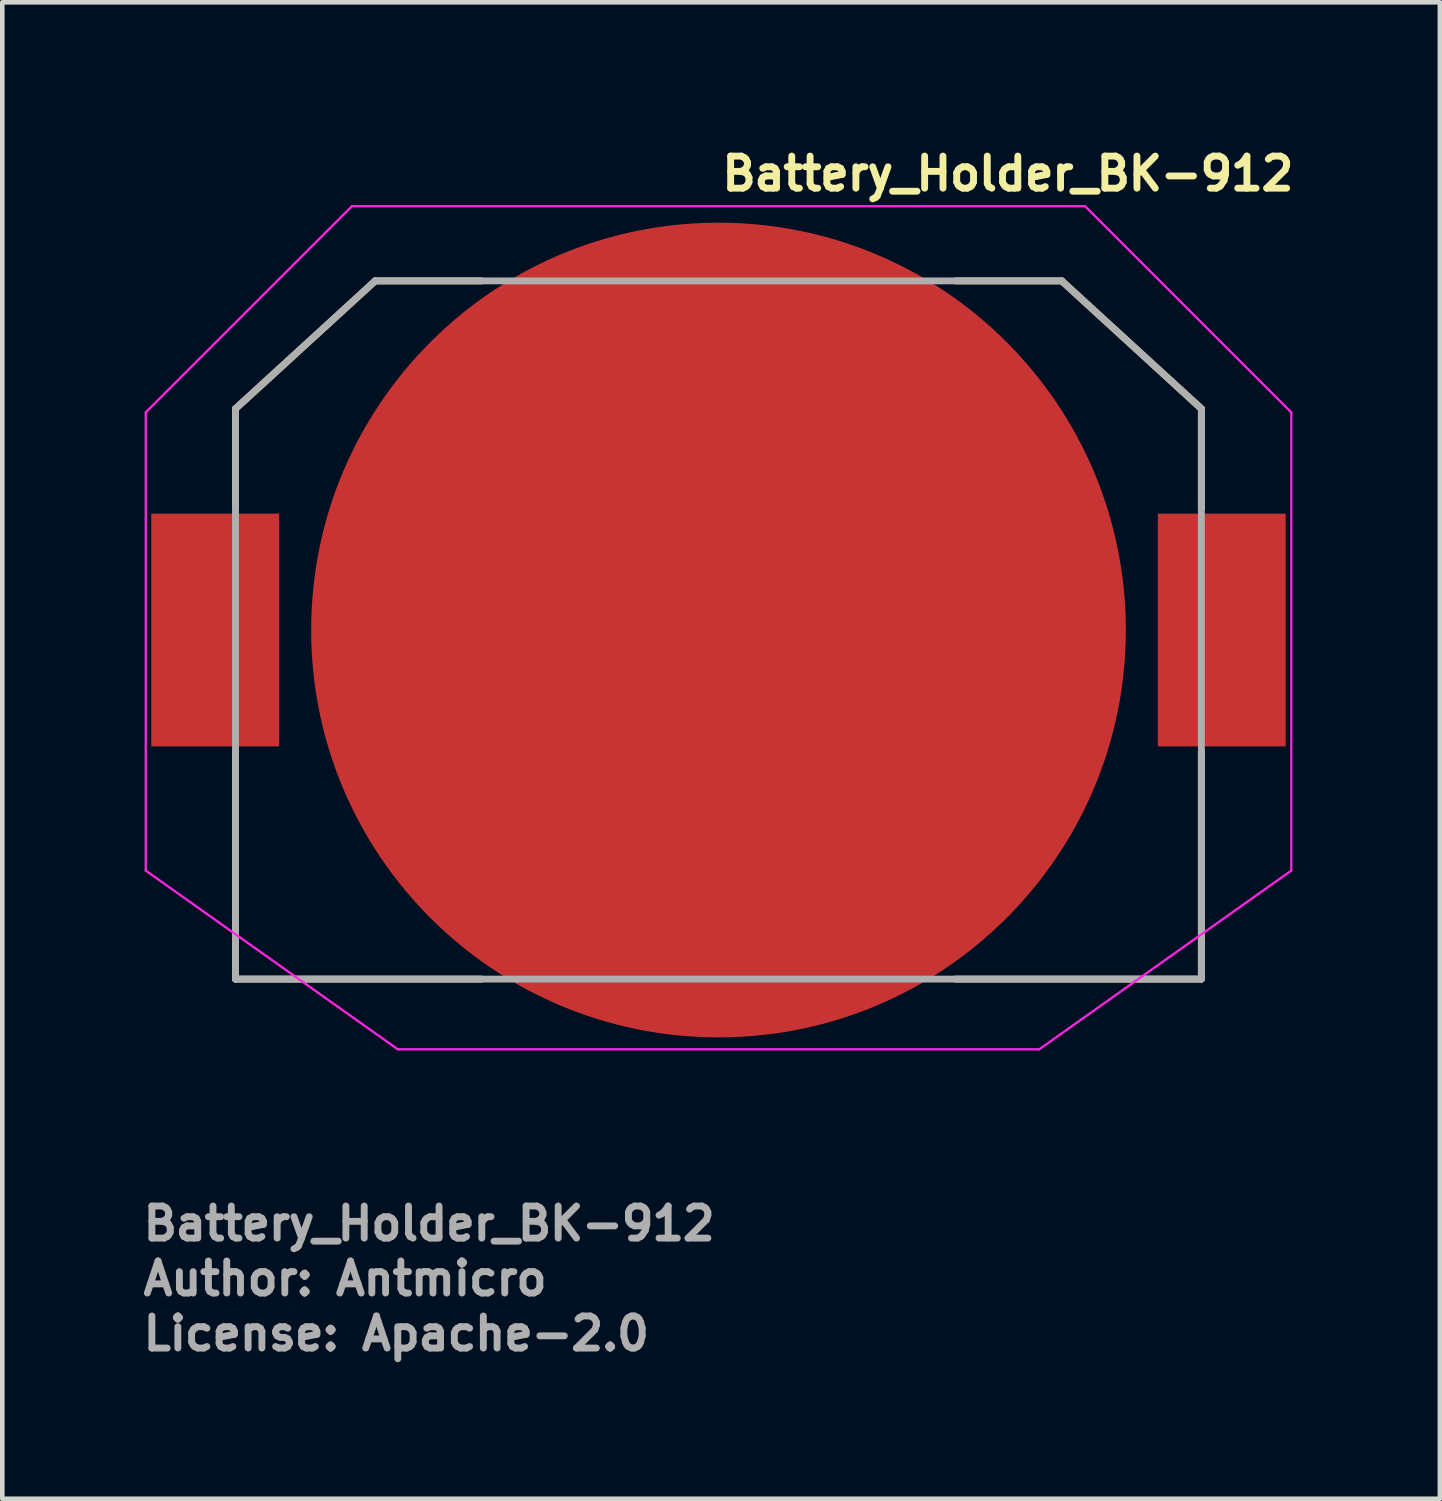
<source format=kicad_pcb>
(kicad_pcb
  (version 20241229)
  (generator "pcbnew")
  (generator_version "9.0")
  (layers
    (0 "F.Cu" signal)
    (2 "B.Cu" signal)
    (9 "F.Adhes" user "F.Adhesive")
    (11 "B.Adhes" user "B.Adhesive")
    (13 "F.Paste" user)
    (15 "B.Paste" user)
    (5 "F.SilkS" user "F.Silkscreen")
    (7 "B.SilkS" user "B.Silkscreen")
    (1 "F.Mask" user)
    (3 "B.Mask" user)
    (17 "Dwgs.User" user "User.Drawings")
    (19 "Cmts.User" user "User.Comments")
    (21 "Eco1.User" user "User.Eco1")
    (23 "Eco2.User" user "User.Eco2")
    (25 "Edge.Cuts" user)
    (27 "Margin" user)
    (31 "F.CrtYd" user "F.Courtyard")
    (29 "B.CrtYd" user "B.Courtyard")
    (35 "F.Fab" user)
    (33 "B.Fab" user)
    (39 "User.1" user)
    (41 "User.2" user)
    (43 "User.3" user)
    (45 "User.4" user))
  (footprint "Battery_Holder_BK-912"
    (layer "F.Cu")
    (at 12.631 10.95)
    (property "Reference" "Battery_Holder_BK-912" (at 0 -9.8 0) (layer "F.SilkS") (effects (font (size 0.7 0.7) (thickness 0.15)) (justify left bottom)))
    (attr smd)
    (fp_line (start -10.541 -5.08) (end -7.492 -7.87) (stroke (width 0.15) (type solid)) (layer "F.SilkS"))
    (fp_line (start -10.541 -2.9) (end -10.541 -5.08) (stroke (width 0.15) (type solid)) (layer "F.SilkS"))
    (fp_line (start -10.541 7.368) (end -10.541 2.4) (stroke (width 0.15) (type solid)) (layer "F.SilkS"))
    (fp_line (start -7.492 -7.87) (end -5.18 -7.87) (stroke (width 0.15) (type solid)) (layer "F.SilkS"))
    (fp_line (start -5.18 7.368) (end -10.541 7.368) (stroke (width 0.15) (type solid)) (layer "F.SilkS"))
    (fp_line (start 5.179 -7.87) (end 7.49 -7.87) (stroke (width 0.15) (type solid)) (layer "F.SilkS"))
    (fp_line (start 7.49 -7.87) (end 10.538 -5.08) (stroke (width 0.15) (type solid)) (layer "F.SilkS"))
    (fp_line (start 10.538 -5.08) (end 10.538 -2.9) (stroke (width 0.15) (type solid)) (layer "F.SilkS"))
    (fp_line (start 10.538 2.4) (end 10.538 7.368) (stroke (width 0.15) (type solid)) (layer "F.SilkS"))
    (fp_line (start 10.538 7.368) (end 5.179 7.368) (stroke (width 0.15) (type solid)) (layer "F.SilkS"))
    (fp_line (start -12.5 -5) (end -8 -9.5) (stroke (width 0.05) (type solid)) (layer "F.CrtYd"))
    (fp_line (start -12.5 5) (end -12.5 -5) (stroke (width 0.05) (type solid)) (layer "F.CrtYd"))
    (fp_line (start -12.5 5) (end -7 8.9) (stroke (width 0.05) (type solid)) (layer "F.CrtYd"))
    (fp_line (start -8 -9.5) (end 8 -9.5) (stroke (width 0.05) (type solid)) (layer "F.CrtYd"))
    (fp_line (start -7 8.9) (end 7 8.9) (stroke (width 0.05) (type solid)) (layer "F.CrtYd"))
    (fp_line (start 7 8.9) (end 12.5 5) (stroke (width 0.05) (type solid)) (layer "F.CrtYd"))
    (fp_line (start 8 -9.5) (end 12.5 -5) (stroke (width 0.05) (type solid)) (layer "F.CrtYd"))
    (fp_line (start 12.5 -5) (end 12.5 5) (stroke (width 0.05) (type solid)) (layer "F.CrtYd"))
    (fp_line (start -10.541 -5.08) (end -7.492 -7.87) (stroke (width 0.15) (type solid)) (layer "F.Fab"))
    (fp_line (start -10.541 7.368) (end -10.541 -5.08) (stroke (width 0.15) (type solid)) (layer "F.Fab"))
    (fp_line (start -7.492 -7.87) (end 7.49 -7.87) (stroke (width 0.15) (type solid)) (layer "F.Fab"))
    (fp_line (start 7.49 -7.87) (end 10.538 -5.08) (stroke (width 0.15) (type solid)) (layer "F.Fab"))
    (fp_line (start 10.538 -5.08) (end 10.538 7.368) (stroke (width 0.15) (type solid)) (layer "F.Fab"))
    (fp_line (start 10.538 7.368) (end -10.541 7.368) (stroke (width 0.15) (type solid)) (layer "F.Fab"))
    (fp_rect (start -11.43 -7.62) (end 11.429 7.618) (stroke (width 0.1) (type solid)) (fill no) (layer "User.5"))
    (fp_line (start -11.43 -2.79) (end -10.641 -2.79) (stroke (width 0.02) (type solid)) (layer "User.9"))
    (fp_line (start -11.43 -1.01) (end -11.43 -2.79) (stroke (width 0.02) (type solid)) (layer "User.9"))
    (fp_line (start -11.43 0.508) (end -10.641 0.508) (stroke (width 0.02) (type solid)) (layer "User.9"))
    (fp_line (start -11.43 2.289) (end -11.43 0.508) (stroke (width 0.02) (type solid)) (layer "User.9"))
    (fp_line (start -10.641 -1.01) (end -11.43 -1.01) (stroke (width 0.02) (type solid)) (layer "User.9"))
    (fp_line (start -10.641 -1.01) (end -10.541 -1.01) (stroke (width 0.02) (type solid)) (layer "User.9"))
    (fp_line (start -10.641 2.289) (end -11.43 2.289) (stroke (width 0.02) (type solid)) (layer "User.9"))
    (fp_line (start -10.641 2.289) (end -10.541 2.289) (stroke (width 0.02) (type solid)) (layer "User.9"))
    (fp_line (start -10.541 -4.667) (end -10.541 -4.667) (stroke (width 0.02) (type solid)) (layer "User.9"))
    (fp_line (start -10.541 -4.667) (end -10.541 -4.667) (stroke (width 0.02) (type solid)) (layer "User.9"))
    (fp_line (start -10.541 -4.667) (end -10.539 -4.667) (stroke (width 0.02) (type solid)) (layer "User.9"))
    (fp_line (start -10.541 -2.79) (end -10.641 -2.79) (stroke (width 0.02) (type solid)) (layer "User.9"))
    (fp_line (start -10.541 -1.01) (end -10.541 -2.79) (stroke (width 0.02) (type solid)) (layer "User.9"))
    (fp_line (start -10.541 0.508) (end -10.641 0.508) (stroke (width 0.02) (type solid)) (layer "User.9"))
    (fp_line (start -10.541 2.289) (end -10.541 0.508) (stroke (width 0.02) (type solid)) (layer "User.9"))
    (fp_line (start -10.541 4.32) (end -10.541 -4.667) (stroke (width 0.02) (type solid)) (layer "User.9"))
    (fp_line (start -10.541 4.326) (end -10.541 4.32) (stroke (width 0.02) (type solid)) (layer "User.9"))
    (fp_line (start -10.539 -4.667) (end -10.536 -4.667) (stroke (width 0.02) (type solid)) (layer "User.9"))
    (fp_line (start -10.539 4.334) (end -10.541 4.326) (stroke (width 0.02) (type solid)) (layer "User.9"))
    (fp_line (start -10.538 4.342) (end -10.539 4.334) (stroke (width 0.02) (type solid)) (layer "User.9"))
    (fp_line (start -10.536 -4.667) (end -10.533 -4.667) (stroke (width 0.02) (type solid)) (layer "User.9"))
    (fp_line (start -10.535 4.35) (end -10.538 4.342) (stroke (width 0.02) (type solid)) (layer "User.9"))
    (fp_line (start -10.533 -4.667) (end -10.526 -4.669) (stroke (width 0.02) (type solid)) (layer "User.9"))
    (fp_line (start -10.53 4.357) (end -10.535 4.35) (stroke (width 0.02) (type solid)) (layer "User.9"))
    (fp_line (start -10.526 -4.669) (end -10.514 -4.669) (stroke (width 0.02) (type solid)) (layer "User.9"))
    (fp_line (start -10.526 4.365) (end -10.53 4.357) (stroke (width 0.02) (type solid)) (layer "User.9"))
    (fp_line (start -10.514 -4.669) (end -10.5 -4.67) (stroke (width 0.02) (type solid)) (layer "User.9"))
    (fp_line (start -10.514 4.381) (end -10.526 4.365) (stroke (width 0.02) (type solid)) (layer "User.9"))
    (fp_line (start -10.5 -4.67) (end -10.483 -4.67) (stroke (width 0.02) (type solid)) (layer "User.9"))
    (fp_line (start -10.5 4.397) (end -10.514 4.381) (stroke (width 0.02) (type solid)) (layer "User.9"))
    (fp_line (start -10.483 -4.67) (end -10.462 -4.67) (stroke (width 0.02) (type solid)) (layer "User.9"))
    (fp_line (start -10.481 4.411) (end -10.5 4.397) (stroke (width 0.02) (type solid)) (layer "User.9"))
    (fp_line (start -10.462 -4.67) (end -10.439 -4.672) (stroke (width 0.02) (type solid)) (layer "User.9"))
    (fp_line (start -10.461 4.427) (end -10.481 4.411) (stroke (width 0.02) (type solid)) (layer "User.9"))
    (fp_line (start -10.439 -4.672) (end -10.439 -4.672) (stroke (width 0.02) (type solid)) (layer "User.9"))
    (fp_line (start -10.439 -4.672) (end -10.324 -4.675) (stroke (width 0.02) (type solid)) (layer "User.9"))
    (fp_line (start -10.437 4.443) (end -10.461 4.427) (stroke (width 0.02) (type solid)) (layer "User.9"))
    (fp_line (start -10.42 -4.941) (end -10.42 -4.943) (stroke (width 0.02) (type solid)) (layer "User.9"))
    (fp_line (start -10.419 -4.941) (end -10.42 -4.941) (stroke (width 0.02) (type solid)) (layer "User.9"))
    (fp_line (start -10.416 -4.936) (end -10.419 -4.941) (stroke (width 0.02) (type solid)) (layer "User.9"))
    (fp_line (start -10.413 4.459) (end -10.437 4.443) (stroke (width 0.02) (type solid)) (layer "User.9"))
    (fp_line (start -10.41 -4.93) (end -10.416 -4.936) (stroke (width 0.02) (type solid)) (layer "User.9"))
    (fp_line (start -10.404 -4.92) (end -10.41 -4.93) (stroke (width 0.02) (type solid)) (layer "User.9"))
    (fp_line (start -10.385 4.474) (end -10.413 4.459) (stroke (width 0.02) (type solid)) (layer "User.9"))
    (fp_line (start -10.382 -4.896) (end -10.404 -4.92) (stroke (width 0.02) (type solid)) (layer "User.9"))
    (fp_line (start -10.356 4.488) (end -10.385 4.474) (stroke (width 0.02) (type solid)) (layer "User.9"))
    (fp_line (start -10.355 -4.862) (end -10.382 -4.896) (stroke (width 0.02) (type solid)) (layer "User.9"))
    (fp_line (start -10.355 -4.862) (end -10.355 -4.862) (stroke (width 0.02) (type solid)) (layer "User.9"))
    (fp_line (start -10.326 4.504) (end -10.356 4.488) (stroke (width 0.02) (type solid)) (layer "User.9"))
    (fp_line (start -10.324 -4.675) (end -10.19 -4.677) (stroke (width 0.02) (type solid)) (layer "User.9"))
    (fp_line (start -10.279 -4.778) (end -10.355 -4.862) (stroke (width 0.02) (type solid)) (layer "User.9"))
    (fp_line (start -10.26 4.536) (end -10.326 4.504) (stroke (width 0.02) (type solid)) (layer "User.9"))
    (fp_line (start -10.19 -4.677) (end -10.279 -4.778) (stroke (width 0.02) (type solid)) (layer "User.9"))
    (fp_line (start -10.19 4.567) (end -10.26 4.536) (stroke (width 0.02) (type solid)) (layer "User.9"))
    (fp_line (start -10.19 4.567) (end -6.103 7.456) (stroke (width 0.02) (type solid)) (layer "User.9"))
    (fp_line (start -8.637 -2.918) (end -8.637 -2.673) (stroke (width 0.02) (type solid)) (layer "User.9"))
    (fp_line (start -8.637 -2.673) (end -8.618 -2.431) (stroke (width 0.02) (type solid)) (layer "User.9"))
    (fp_line (start -8.618 -2.431) (end -8.58 -2.193) (stroke (width 0.02) (type solid)) (layer "User.9"))
    (fp_line (start -8.616 -3.164) (end -8.637 -2.918) (stroke (width 0.02) (type solid)) (layer "User.9"))
    (fp_line (start -8.58 -2.193) (end -8.523 -1.958) (stroke (width 0.02) (type solid)) (layer "User.9"))
    (fp_line (start -8.576 -3.408) (end -8.616 -3.164) (stroke (width 0.02) (type solid)) (layer "User.9"))
    (fp_line (start -8.523 -1.958) (end -8.449 -1.73) (stroke (width 0.02) (type solid)) (layer "User.9"))
    (fp_line (start -8.514 -3.653) (end -8.576 -3.408) (stroke (width 0.02) (type solid)) (layer "User.9"))
    (fp_line (start -8.514 -3.653) (end -8.514 -3.653) (stroke (width 0.02) (type solid)) (layer "User.9"))
    (fp_line (start -8.477 -3.773) (end -8.514 -3.653) (stroke (width 0.02) (type solid)) (layer "User.9"))
    (fp_line (start -8.449 -1.73) (end -8.356 -1.508) (stroke (width 0.02) (type solid)) (layer "User.9"))
    (fp_line (start -8.433 -3.891) (end -8.477 -3.773) (stroke (width 0.02) (type solid)) (layer "User.9"))
    (fp_line (start -8.356 -1.508) (end -8.246 -1.293) (stroke (width 0.02) (type solid)) (layer "User.9"))
    (fp_line (start -8.334 -4.119) (end -8.433 -3.891) (stroke (width 0.02) (type solid)) (layer "User.9"))
    (fp_line (start -8.246 -1.293) (end -8.119 -1.087) (stroke (width 0.02) (type solid)) (layer "User.9"))
    (fp_line (start -8.218 -4.335) (end -8.334 -4.119) (stroke (width 0.02) (type solid)) (layer "User.9"))
    (fp_line (start -8.119 -1.087) (end -7.975 -0.891) (stroke (width 0.02) (type solid)) (layer "User.9"))
    (fp_line (start -8.087 -4.54) (end -8.218 -4.335) (stroke (width 0.02) (type solid)) (layer "User.9"))
    (fp_line (start -7.975 -0.891) (end -7.816 -0.706) (stroke (width 0.02) (type solid)) (layer "User.9"))
    (fp_line (start -7.939 -4.734) (end -8.087 -4.54) (stroke (width 0.02) (type solid)) (layer "User.9"))
    (fp_line (start -7.816 -0.706) (end -7.64 -0.535) (stroke (width 0.02) (type solid)) (layer "User.9"))
    (fp_line (start -7.779 -4.914) (end -7.939 -4.734) (stroke (width 0.02) (type solid)) (layer "User.9"))
    (fp_line (start -7.64 -0.535) (end -7.449 -0.374) (stroke (width 0.02) (type solid)) (layer "User.9"))
    (fp_line (start -7.603 -5.08) (end -7.779 -4.914) (stroke (width 0.02) (type solid)) (layer "User.9"))
    (fp_line (start -7.492 -7.62) (end -10.42 -4.943) (stroke (width 0.02) (type solid)) (layer "User.9"))
    (fp_line (start -7.449 -0.374) (end -7.244 -0.23) (stroke (width 0.02) (type solid)) (layer "User.9"))
    (fp_line (start -7.417 -5.231) (end -7.603 -5.08) (stroke (width 0.02) (type solid)) (layer "User.9"))
    (fp_line (start -7.34 -7.62) (end -7.492 -7.62) (stroke (width 0.02) (type solid)) (layer "User.9"))
    (fp_line (start -7.34 -7.62) (end -7.34 -7.62) (stroke (width 0.02) (type solid)) (layer "User.9"))
    (fp_line (start -7.244 -0.23) (end -7.244 4.32) (stroke (width 0.02) (type solid)) (layer "User.9"))
    (fp_line (start -7.244 4.18) (end -7.242 4.046) (stroke (width 0.02) (type solid)) (layer "User.9"))
    (fp_line (start -7.242 -2.79) (end -7.239 -2.902) (stroke (width 0.02) (type solid)) (layer "User.9"))
    (fp_line (start -7.242 -0.803) (end -7.242 -2.79) (stroke (width 0.02) (type solid)) (layer "User.9"))
    (fp_line (start -7.242 -0.766) (end -7.242 -0.803) (stroke (width 0.02) (type solid)) (layer "User.9"))
    (fp_line (start -7.242 3.528) (end -7.242 -0.766) (stroke (width 0.02) (type solid)) (layer "User.9"))
    (fp_line (start -7.242 4.32) (end -7.244 4.18) (stroke (width 0.02) (type solid)) (layer "User.9"))
    (fp_line (start -7.239 -2.902) (end -7.228 -3.009) (stroke (width 0.02) (type solid)) (layer "User.9"))
    (fp_line (start -7.228 -3.009) (end -7.21 -3.117) (stroke (width 0.02) (type solid)) (layer "User.9"))
    (fp_line (start -7.218 -5.369) (end -7.417 -5.231) (stroke (width 0.02) (type solid)) (layer "User.9"))
    (fp_line (start -7.21 -3.117) (end -7.185 -3.222) (stroke (width 0.02) (type solid)) (layer "User.9"))
    (fp_line (start -7.185 -3.222) (end -7.154 -3.325) (stroke (width 0.02) (type solid)) (layer "User.9"))
    (fp_line (start -7.154 -3.325) (end -7.116 -3.424) (stroke (width 0.02) (type solid)) (layer "User.9"))
    (fp_line (start -7.116 -3.424) (end -7.071 -3.523) (stroke (width 0.02) (type solid)) (layer "User.9"))
    (fp_line (start -7.071 -3.523) (end -7.021 -3.617) (stroke (width 0.02) (type solid)) (layer "User.9"))
    (fp_line (start -7.021 -3.617) (end -6.965 -3.708) (stroke (width 0.02) (type solid)) (layer "User.9"))
    (fp_line (start -7.01 -5.489) (end -7.218 -5.369) (stroke (width 0.02) (type solid)) (layer "User.9"))
    (fp_line (start -6.973 -7.62) (end -7.34 -7.62) (stroke (width 0.02) (type solid)) (layer "User.9"))
    (fp_line (start -6.973 -7.62) (end 6.97 -7.62) (stroke (width 0.02) (type solid)) (layer "User.9"))
    (fp_line (start -6.965 -3.708) (end -6.902 -3.794) (stroke (width 0.02) (type solid)) (layer "User.9"))
    (fp_line (start -6.902 -3.794) (end -6.835 -3.878) (stroke (width 0.02) (type solid)) (layer "User.9"))
    (fp_line (start -6.835 -3.878) (end -6.76 -3.955) (stroke (width 0.02) (type solid)) (layer "User.9"))
    (fp_line (start -6.792 -5.593) (end -7.01 -5.489) (stroke (width 0.02) (type solid)) (layer "User.9"))
    (fp_line (start -6.76 -3.955) (end -6.683 -4.029) (stroke (width 0.02) (type solid)) (layer "User.9"))
    (fp_line (start -6.683 -4.029) (end -6.598 -4.098) (stroke (width 0.02) (type solid)) (layer "User.9"))
    (fp_line (start -6.598 -4.098) (end -6.51 -4.162) (stroke (width 0.02) (type solid)) (layer "User.9"))
    (fp_line (start -6.564 -5.68) (end -6.792 -5.593) (stroke (width 0.02) (type solid)) (layer "User.9"))
    (fp_line (start -6.51 -4.162) (end -6.417 -4.22) (stroke (width 0.02) (type solid)) (layer "User.9"))
    (fp_line (start -6.417 -4.22) (end -6.417 -4.22) (stroke (width 0.02) (type solid)) (layer "User.9"))
    (fp_line (start -6.417 -4.22) (end -6.319 -4.273) (stroke (width 0.02) (type solid)) (layer "User.9"))
    (fp_line (start -6.329 -5.749) (end -6.564 -5.68) (stroke (width 0.02) (type solid)) (layer "User.9"))
    (fp_line (start -6.319 -4.273) (end -6.22 -4.318) (stroke (width 0.02) (type solid)) (layer "User.9"))
    (fp_line (start -6.22 -4.318) (end -6.119 -4.356) (stroke (width 0.02) (type solid)) (layer "User.9"))
    (fp_line (start -6.119 -4.356) (end -6.015 -4.387) (stroke (width 0.02) (type solid)) (layer "User.9"))
    (fp_line (start -6.103 7.456) (end -6.076 7.475) (stroke (width 0.02) (type solid)) (layer "User.9"))
    (fp_line (start -6.09 -5.798) (end -6.329 -5.749) (stroke (width 0.02) (type solid)) (layer "User.9"))
    (fp_line (start -6.076 7.475) (end -6.045 7.493) (stroke (width 0.02) (type solid)) (layer "User.9"))
    (fp_line (start -6.045 7.493) (end -6.016 7.51) (stroke (width 0.02) (type solid)) (layer "User.9"))
    (fp_line (start -6.016 7.51) (end -5.986 7.526) (stroke (width 0.02) (type solid)) (layer "User.9"))
    (fp_line (start -6.015 -4.387) (end -5.911 -4.411) (stroke (width 0.02) (type solid)) (layer "User.9"))
    (fp_line (start -5.986 7.526) (end -5.954 7.541) (stroke (width 0.02) (type solid)) (layer "User.9"))
    (fp_line (start -5.954 7.541) (end -5.923 7.554) (stroke (width 0.02) (type solid)) (layer "User.9"))
    (fp_line (start -5.923 7.554) (end -5.891 7.567) (stroke (width 0.02) (type solid)) (layer "User.9"))
    (fp_line (start -5.911 -4.411) (end -5.805 -4.428) (stroke (width 0.02) (type solid)) (layer "User.9"))
    (fp_line (start -5.891 7.567) (end -5.859 7.578) (stroke (width 0.02) (type solid)) (layer "User.9"))
    (fp_line (start -5.859 7.578) (end -5.827 7.586) (stroke (width 0.02) (type solid)) (layer "User.9"))
    (fp_line (start -5.843 -5.829) (end -6.09 -5.798) (stroke (width 0.02) (type solid)) (layer "User.9"))
    (fp_line (start -5.827 7.586) (end -5.794 7.595) (stroke (width 0.02) (type solid)) (layer "User.9"))
    (fp_line (start -5.805 -4.428) (end -5.697 -4.438) (stroke (width 0.02) (type solid)) (layer "User.9"))
    (fp_line (start -5.794 7.595) (end -5.76 7.602) (stroke (width 0.02) (type solid)) (layer "User.9"))
    (fp_line (start -5.76 7.602) (end -5.726 7.608) (stroke (width 0.02) (type solid)) (layer "User.9"))
    (fp_line (start -5.726 7.608) (end -5.693 7.613) (stroke (width 0.02) (type solid)) (layer "User.9"))
    (fp_line (start -5.718 -5.837) (end -5.843 -5.829) (stroke (width 0.02) (type solid)) (layer "User.9"))
    (fp_line (start -5.697 -4.438) (end -5.59 -4.441) (stroke (width 0.02) (type solid)) (layer "User.9"))
    (fp_line (start -5.693 7.613) (end -5.659 7.616) (stroke (width 0.02) (type solid)) (layer "User.9"))
    (fp_line (start -5.659 7.616) (end -5.625 7.618) (stroke (width 0.02) (type solid)) (layer "User.9"))
    (fp_line (start -5.625 7.618) (end -5.59 7.618) (stroke (width 0.02) (type solid)) (layer "User.9"))
    (fp_line (start -5.592 -5.838) (end -5.718 -5.837) (stroke (width 0.02) (type solid)) (layer "User.9"))
    (fp_line (start -5.592 -5.838) (end -5.592 -5.838) (stroke (width 0.02) (type solid)) (layer "User.9"))
    (fp_line (start -5.59 -4.441) (end -5.484 -4.438) (stroke (width 0.02) (type solid)) (layer "User.9"))
    (fp_line (start -5.59 7.618) (end -5.561 7.618) (stroke (width 0.02) (type solid)) (layer "User.9"))
    (fp_line (start -5.561 7.618) (end -5.531 7.618) (stroke (width 0.02) (type solid)) (layer "User.9"))
    (fp_line (start -5.531 7.618) (end -5.5 7.615) (stroke (width 0.02) (type solid)) (layer "User.9"))
    (fp_line (start -5.5 7.615) (end -5.471 7.611) (stroke (width 0.02) (type solid)) (layer "User.9"))
    (fp_line (start -5.484 -4.438) (end -5.377 -4.428) (stroke (width 0.02) (type solid)) (layer "User.9"))
    (fp_line (start -5.471 7.611) (end -5.443 7.607) (stroke (width 0.02) (type solid)) (layer "User.9"))
    (fp_line (start -5.465 -5.837) (end -5.592 -5.838) (stroke (width 0.02) (type solid)) (layer "User.9"))
    (fp_line (start -5.443 7.607) (end -5.414 7.602) (stroke (width 0.02) (type solid)) (layer "User.9"))
    (fp_line (start -5.414 7.602) (end -5.385 7.594) (stroke (width 0.02) (type solid)) (layer "User.9"))
    (fp_line (start -5.385 7.594) (end -5.356 7.587) (stroke (width 0.02) (type solid)) (layer "User.9"))
    (fp_line (start -5.377 -4.428) (end -5.271 -4.411) (stroke (width 0.02) (type solid)) (layer "User.9"))
    (fp_line (start -5.356 7.587) (end -5.327 7.579) (stroke (width 0.02) (type solid)) (layer "User.9"))
    (fp_line (start -5.34 -5.829) (end -5.465 -5.837) (stroke (width 0.02) (type solid)) (layer "User.9"))
    (fp_line (start -5.327 7.579) (end -5.3 7.57) (stroke (width 0.02) (type solid)) (layer "User.9"))
    (fp_line (start -5.3 7.57) (end -5.271 7.56) (stroke (width 0.02) (type solid)) (layer "User.9"))
    (fp_line (start -5.271 -4.411) (end -5.167 -4.387) (stroke (width 0.02) (type solid)) (layer "User.9"))
    (fp_line (start -5.271 7.56) (end -5.244 7.549) (stroke (width 0.02) (type solid)) (layer "User.9"))
    (fp_line (start -5.244 7.549) (end -5.218 7.538) (stroke (width 0.02) (type solid)) (layer "User.9"))
    (fp_line (start -5.218 7.538) (end -5.191 7.525) (stroke (width 0.02) (type solid)) (layer "User.9"))
    (fp_line (start -5.215 -5.816) (end -5.34 -5.829) (stroke (width 0.02) (type solid)) (layer "User.9"))
    (fp_line (start -5.191 7.525) (end -5.164 7.51) (stroke (width 0.02) (type solid)) (layer "User.9"))
    (fp_line (start -5.167 -4.387) (end -5.063 -4.356) (stroke (width 0.02) (type solid)) (layer "User.9"))
    (fp_line (start -5.164 7.51) (end -5.138 7.496) (stroke (width 0.02) (type solid)) (layer "User.9"))
    (fp_line (start -5.093 -5.798) (end -5.215 -5.816) (stroke (width 0.02) (type solid)) (layer "User.9"))
    (fp_line (start -5.063 -4.356) (end -4.962 -4.318) (stroke (width 0.02) (type solid)) (layer "User.9"))
    (fp_line (start -4.971 -5.776) (end -5.093 -5.798) (stroke (width 0.02) (type solid)) (layer "User.9"))
    (fp_line (start -4.962 -4.318) (end -4.862 -4.273) (stroke (width 0.02) (type solid)) (layer "User.9"))
    (fp_line (start -4.862 -4.273) (end -4.765 -4.22) (stroke (width 0.02) (type solid)) (layer "User.9"))
    (fp_line (start -4.853 -5.749) (end -4.971 -5.776) (stroke (width 0.02) (type solid)) (layer "User.9"))
    (fp_line (start -4.765 -4.22) (end -4.765 -4.22) (stroke (width 0.02) (type solid)) (layer "User.9"))
    (fp_line (start -4.765 -4.22) (end -4.718 -4.193) (stroke (width 0.02) (type solid)) (layer "User.9"))
    (fp_line (start -4.734 -5.717) (end -4.853 -5.749) (stroke (width 0.02) (type solid)) (layer "User.9"))
    (fp_line (start -4.718 -4.193) (end -4.672 -4.162) (stroke (width 0.02) (type solid)) (layer "User.9"))
    (fp_line (start -4.672 -4.162) (end -4.627 -4.132) (stroke (width 0.02) (type solid)) (layer "User.9"))
    (fp_line (start -4.627 -4.132) (end -4.584 -4.098) (stroke (width 0.02) (type solid)) (layer "User.9"))
    (fp_line (start -4.617 -5.68) (end -4.734 -5.717) (stroke (width 0.02) (type solid)) (layer "User.9"))
    (fp_line (start -4.584 -4.098) (end -4.54 -4.066) (stroke (width 0.02) (type solid)) (layer "User.9"))
    (fp_line (start -4.54 -4.066) (end -4.499 -4.029) (stroke (width 0.02) (type solid)) (layer "User.9"))
    (fp_line (start -4.536 7.168) (end -5.138 7.496) (stroke (width 0.02) (type solid)) (layer "User.9"))
    (fp_line (start -4.504 -5.638) (end -4.617 -5.68) (stroke (width 0.02) (type solid)) (layer "User.9"))
    (fp_line (start -4.499 -4.029) (end -4.46 -3.993) (stroke (width 0.02) (type solid)) (layer "User.9"))
    (fp_line (start -4.46 -3.993) (end -4.422 -3.955) (stroke (width 0.02) (type solid)) (layer "User.9"))
    (fp_line (start -4.422 -3.955) (end -4.383 -3.918) (stroke (width 0.02) (type solid)) (layer "User.9"))
    (fp_line (start -4.39 -5.593) (end -4.504 -5.638) (stroke (width 0.02) (type solid)) (layer "User.9"))
    (fp_line (start -4.383 -3.918) (end -4.348 -3.878) (stroke (width 0.02) (type solid)) (layer "User.9"))
    (fp_line (start -4.348 -3.878) (end -4.313 -3.837) (stroke (width 0.02) (type solid)) (layer "User.9"))
    (fp_line (start -4.313 -3.837) (end -4.279 -3.794) (stroke (width 0.02) (type solid)) (layer "User.9"))
    (fp_line (start -4.281 -5.544) (end -4.39 -5.593) (stroke (width 0.02) (type solid)) (layer "User.9"))
    (fp_line (start -4.279 -3.794) (end -4.247 -3.751) (stroke (width 0.02) (type solid)) (layer "User.9"))
    (fp_line (start -4.247 -3.751) (end -4.218 -3.708) (stroke (width 0.02) (type solid)) (layer "User.9"))
    (fp_line (start -4.218 -3.708) (end -4.188 -3.662) (stroke (width 0.02) (type solid)) (layer "User.9"))
    (fp_line (start -4.188 -3.662) (end -4.162 -3.617) (stroke (width 0.02) (type solid)) (layer "User.9"))
    (fp_line (start -4.172 -5.489) (end -4.281 -5.544) (stroke (width 0.02) (type solid)) (layer "User.9"))
    (fp_line (start -4.162 -3.617) (end -4.135 -3.569) (stroke (width 0.02) (type solid)) (layer "User.9"))
    (fp_line (start -4.135 -3.569) (end -4.111 -3.523) (stroke (width 0.02) (type solid)) (layer "User.9"))
    (fp_line (start -4.111 -3.523) (end -4.087 -3.473) (stroke (width 0.02) (type solid)) (layer "User.9"))
    (fp_line (start -4.087 -3.473) (end -4.066 -3.424) (stroke (width 0.02) (type solid)) (layer "User.9"))
    (fp_line (start -4.068 -5.43) (end -4.172 -5.489) (stroke (width 0.02) (type solid)) (layer "User.9"))
    (fp_line (start -4.066 -3.424) (end -4.047 -3.375) (stroke (width 0.02) (type solid)) (layer "User.9"))
    (fp_line (start -4.047 -3.375) (end -4.029 -3.325) (stroke (width 0.02) (type solid)) (layer "User.9"))
    (fp_line (start -4.029 -3.325) (end -4.013 -3.274) (stroke (width 0.02) (type solid)) (layer "User.9"))
    (fp_line (start -4.013 -3.274) (end -3.997 -3.222) (stroke (width 0.02) (type solid)) (layer "User.9"))
    (fp_line (start -3.997 -3.222) (end -3.984 -3.169) (stroke (width 0.02) (type solid)) (layer "User.9"))
    (fp_line (start -3.984 -3.169) (end -3.972 -3.117) (stroke (width 0.02) (type solid)) (layer "User.9"))
    (fp_line (start -3.972 -3.117) (end -3.963 -3.064) (stroke (width 0.02) (type solid)) (layer "User.9"))
    (fp_line (start -3.963 -5.369) (end -4.068 -5.43) (stroke (width 0.02) (type solid)) (layer "User.9"))
    (fp_line (start -3.963 -3.064) (end -3.955 -3.009) (stroke (width 0.02) (type solid)) (layer "User.9"))
    (fp_line (start -3.955 -3.009) (end -3.948 -2.956) (stroke (width 0.02) (type solid)) (layer "User.9"))
    (fp_line (start -3.948 -2.956) (end -3.943 -2.902) (stroke (width 0.02) (type solid)) (layer "User.9"))
    (fp_line (start -3.943 -2.902) (end -3.94 -2.847) (stroke (width 0.02) (type solid)) (layer "User.9"))
    (fp_line (start -3.94 -2.847) (end -3.939 -2.79) (stroke (width 0.02) (type solid)) (layer "User.9"))
    (fp_line (start -3.939 -0.803) (end -3.939 -2.79) (stroke (width 0.02) (type solid)) (layer "User.9"))
    (fp_line (start -3.939 -0.766) (end -3.939 -0.803) (stroke (width 0.02) (type solid)) (layer "User.9"))
    (fp_line (start -3.939 -0.23) (end -3.834 -0.3) (stroke (width 0.02) (type solid)) (layer "User.9"))
    (fp_line (start -3.939 3.528) (end -3.939 -0.766) (stroke (width 0.02) (type solid)) (layer "User.9"))
    (fp_line (start -3.939 4.18) (end -3.939 4.046) (stroke (width 0.02) (type solid)) (layer "User.9"))
    (fp_line (start -3.939 4.32) (end -3.939 -0.23) (stroke (width 0.02) (type solid)) (layer "User.9"))
    (fp_line (start -3.939 4.32) (end -3.939 4.18) (stroke (width 0.02) (type solid)) (layer "User.9"))
    (fp_line (start -3.916 6.882) (end -4.536 7.168) (stroke (width 0.02) (type solid)) (layer "User.9"))
    (fp_line (start -3.863 -5.303) (end -3.963 -5.369) (stroke (width 0.02) (type solid)) (layer "User.9"))
    (fp_line (start -3.834 -0.3) (end -3.733 -0.374) (stroke (width 0.02) (type solid)) (layer "User.9"))
    (fp_line (start -3.766 -5.231) (end -3.863 -5.303) (stroke (width 0.02) (type solid)) (layer "User.9"))
    (fp_line (start -3.733 -0.374) (end -3.636 -0.453) (stroke (width 0.02) (type solid)) (layer "User.9"))
    (fp_line (start -3.67 -5.157) (end -3.766 -5.231) (stroke (width 0.02) (type solid)) (layer "User.9"))
    (fp_line (start -3.636 -0.453) (end -3.543 -0.535) (stroke (width 0.02) (type solid)) (layer "User.9"))
    (fp_line (start -3.579 -5.08) (end -3.67 -5.157) (stroke (width 0.02) (type solid)) (layer "User.9"))
    (fp_line (start -3.543 -0.535) (end -3.452 -0.618) (stroke (width 0.02) (type solid)) (layer "User.9"))
    (fp_line (start -3.489 -4.999) (end -3.579 -5.08) (stroke (width 0.02) (type solid)) (layer "User.9"))
    (fp_line (start -3.452 -0.618) (end -3.367 -0.706) (stroke (width 0.02) (type solid)) (layer "User.9"))
    (fp_line (start -3.403 -4.914) (end -3.489 -4.999) (stroke (width 0.02) (type solid)) (layer "User.9"))
    (fp_line (start -3.367 -0.706) (end -3.285 -0.798) (stroke (width 0.02) (type solid)) (layer "User.9"))
    (fp_line (start -3.322 -4.826) (end -3.403 -4.914) (stroke (width 0.02) (type solid)) (layer "User.9"))
    (fp_line (start -3.285 -0.798) (end -3.207 -0.891) (stroke (width 0.02) (type solid)) (layer "User.9"))
    (fp_line (start -3.285 6.642) (end -3.916 6.882) (stroke (width 0.02) (type solid)) (layer "User.9"))
    (fp_line (start -3.242 -4.734) (end -3.322 -4.826) (stroke (width 0.02) (type solid)) (layer "User.9"))
    (fp_line (start -3.207 -0.891) (end -3.133 -0.988) (stroke (width 0.02) (type solid)) (layer "User.9"))
    (fp_line (start -3.166 -4.64) (end -3.242 -4.734) (stroke (width 0.02) (type solid)) (layer "User.9"))
    (fp_line (start -3.133 -0.988) (end -3.064 -1.087) (stroke (width 0.02) (type solid)) (layer "User.9"))
    (fp_line (start -3.096 -4.54) (end -3.166 -4.64) (stroke (width 0.02) (type solid)) (layer "User.9"))
    (fp_line (start -3.064 -1.087) (end -2.997 -1.188) (stroke (width 0.02) (type solid)) (layer "User.9"))
    (fp_line (start -3.028 -4.439) (end -3.096 -4.54) (stroke (width 0.02) (type solid)) (layer "User.9"))
    (fp_line (start -2.997 -1.188) (end -2.936 -1.293) (stroke (width 0.02) (type solid)) (layer "User.9"))
    (fp_line (start -2.964 -4.335) (end -3.028 -4.439) (stroke (width 0.02) (type solid)) (layer "User.9"))
    (fp_line (start -2.936 -1.293) (end -2.879 -1.399) (stroke (width 0.02) (type solid)) (layer "User.9"))
    (fp_line (start -2.903 -4.228) (end -2.964 -4.335) (stroke (width 0.02) (type solid)) (layer "User.9"))
    (fp_line (start -2.879 -1.399) (end -2.827 -1.508) (stroke (width 0.02) (type solid)) (layer "User.9"))
    (fp_line (start -2.847 -4.119) (end -2.903 -4.228) (stroke (width 0.02) (type solid)) (layer "User.9"))
    (fp_line (start -2.827 -1.508) (end -2.778 -1.617) (stroke (width 0.02) (type solid)) (layer "User.9"))
    (fp_line (start -2.795 -4.005) (end -2.847 -4.119) (stroke (width 0.02) (type solid)) (layer "User.9"))
    (fp_line (start -2.778 -1.617) (end -2.734 -1.73) (stroke (width 0.02) (type solid)) (layer "User.9"))
    (fp_line (start -2.749 -3.891) (end -2.795 -4.005) (stroke (width 0.02) (type solid)) (layer "User.9"))
    (fp_line (start -2.734 -1.73) (end -2.694 -1.843) (stroke (width 0.02) (type solid)) (layer "User.9"))
    (fp_line (start -2.706 -3.773) (end -2.749 -3.891) (stroke (width 0.02) (type solid)) (layer "User.9"))
    (fp_line (start -2.694 -1.843) (end -2.658 -1.958) (stroke (width 0.02) (type solid)) (layer "User.9"))
    (fp_line (start -2.668 -3.653) (end -2.706 -3.773) (stroke (width 0.02) (type solid)) (layer "User.9"))
    (fp_line (start -2.668 -3.653) (end -2.668 -3.653) (stroke (width 0.02) (type solid)) (layer "User.9"))
    (fp_line (start -2.658 -1.958) (end -2.629 -2.076) (stroke (width 0.02) (type solid)) (layer "User.9"))
    (fp_line (start -2.641 6.445) (end -3.285 6.642) (stroke (width 0.02) (type solid)) (layer "User.9"))
    (fp_line (start -2.634 -3.531) (end -2.668 -3.653) (stroke (width 0.02) (type solid)) (layer "User.9"))
    (fp_line (start -2.629 -2.076) (end -2.602 -2.193) (stroke (width 0.02) (type solid)) (layer "User.9"))
    (fp_line (start -2.606 -3.408) (end -2.634 -3.531) (stroke (width 0.02) (type solid)) (layer "User.9"))
    (fp_line (start -2.602 -2.193) (end -2.581 -2.311) (stroke (width 0.02) (type solid)) (layer "User.9"))
    (fp_line (start -2.584 -3.286) (end -2.606 -3.408) (stroke (width 0.02) (type solid)) (layer "User.9"))
    (fp_line (start -2.581 -2.311) (end -2.565 -2.431) (stroke (width 0.02) (type solid)) (layer "User.9"))
    (fp_line (start -2.565 -3.164) (end -2.584 -3.286) (stroke (width 0.02) (type solid)) (layer "User.9"))
    (fp_line (start -2.565 -2.431) (end -2.552 -2.552) (stroke (width 0.02) (type solid)) (layer "User.9"))
    (fp_line (start -2.553 -3.04) (end -2.565 -3.164) (stroke (width 0.02) (type solid)) (layer "User.9"))
    (fp_line (start -2.552 -2.552) (end -2.545 -2.673) (stroke (width 0.02) (type solid)) (layer "User.9"))
    (fp_line (start -2.545 -2.918) (end -2.553 -3.04) (stroke (width 0.02) (type solid)) (layer "User.9"))
    (fp_line (start -2.545 -2.673) (end -2.543 -2.795) (stroke (width 0.02) (type solid)) (layer "User.9"))
    (fp_line (start -2.543 -2.795) (end -2.545 -2.918) (stroke (width 0.02) (type solid)) (layer "User.9"))
    (fp_line (start -1.988 6.291) (end -2.641 6.445) (stroke (width 0.02) (type solid)) (layer "User.9"))
    (fp_line (start -1.331 6.182) (end -1.988 6.291) (stroke (width 0.02) (type solid)) (layer "User.9"))
    (fp_line (start -0.667 6.116) (end -1.331 6.182) (stroke (width 0.02) (type solid)) (layer "User.9"))
    (fp_line (start 0 6.094) (end -0.667 6.116) (stroke (width 0.02) (type solid)) (layer "User.9"))
    (fp_line (start 0.665 6.116) (end 0 6.094) (stroke (width 0.02) (type solid)) (layer "User.9"))
    (fp_line (start 1.328 6.182) (end 0.665 6.116) (stroke (width 0.02) (type solid)) (layer "User.9"))
    (fp_line (start 1.987 6.291) (end 1.328 6.182) (stroke (width 0.02) (type solid)) (layer "User.9"))
    (fp_line (start 2.54 -2.795) (end 2.543 -2.918) (stroke (width 0.02) (type solid)) (layer "User.9"))
    (fp_line (start 2.543 -2.918) (end 2.551 -3.04) (stroke (width 0.02) (type solid)) (layer "User.9"))
    (fp_line (start 2.543 -2.673) (end 2.54 -2.795) (stroke (width 0.02) (type solid)) (layer "User.9"))
    (fp_line (start 2.551 -3.04) (end 2.564 -3.164) (stroke (width 0.02) (type solid)) (layer "User.9"))
    (fp_line (start 2.551 -2.552) (end 2.543 -2.673) (stroke (width 0.02) (type solid)) (layer "User.9"))
    (fp_line (start 2.563 -2.431) (end 2.551 -2.552) (stroke (width 0.02) (type solid)) (layer "User.9"))
    (fp_line (start 2.564 -3.164) (end 2.581 -3.286) (stroke (width 0.02) (type solid)) (layer "User.9"))
    (fp_line (start 2.579 -2.311) (end 2.563 -2.431) (stroke (width 0.02) (type solid)) (layer "User.9"))
    (fp_line (start 2.581 -3.286) (end 2.604 -3.408) (stroke (width 0.02) (type solid)) (layer "User.9"))
    (fp_line (start 2.6 -2.193) (end 2.579 -2.311) (stroke (width 0.02) (type solid)) (layer "User.9"))
    (fp_line (start 2.604 -3.408) (end 2.632 -3.531) (stroke (width 0.02) (type solid)) (layer "User.9"))
    (fp_line (start 2.627 -2.076) (end 2.6 -2.193) (stroke (width 0.02) (type solid)) (layer "User.9"))
    (fp_line (start 2.632 -3.531) (end 2.665 -3.653) (stroke (width 0.02) (type solid)) (layer "User.9"))
    (fp_line (start 2.64 6.445) (end 1.987 6.291) (stroke (width 0.02) (type solid)) (layer "User.9"))
    (fp_line (start 2.656 -1.958) (end 2.627 -2.076) (stroke (width 0.02) (type solid)) (layer "User.9"))
    (fp_line (start 2.665 -3.653) (end 2.665 -3.653) (stroke (width 0.02) (type solid)) (layer "User.9"))
    (fp_line (start 2.665 -3.653) (end 2.704 -3.773) (stroke (width 0.02) (type solid)) (layer "User.9"))
    (fp_line (start 2.693 -1.843) (end 2.656 -1.958) (stroke (width 0.02) (type solid)) (layer "User.9"))
    (fp_line (start 2.704 -3.773) (end 2.746 -3.891) (stroke (width 0.02) (type solid)) (layer "User.9"))
    (fp_line (start 2.732 -1.73) (end 2.693 -1.843) (stroke (width 0.02) (type solid)) (layer "User.9"))
    (fp_line (start 2.746 -3.891) (end 2.793 -4.005) (stroke (width 0.02) (type solid)) (layer "User.9"))
    (fp_line (start 2.776 -1.617) (end 2.732 -1.73) (stroke (width 0.02) (type solid)) (layer "User.9"))
    (fp_line (start 2.793 -4.005) (end 2.846 -4.119) (stroke (width 0.02) (type solid)) (layer "User.9"))
    (fp_line (start 2.825 -1.508) (end 2.776 -1.617) (stroke (width 0.02) (type solid)) (layer "User.9"))
    (fp_line (start 2.846 -4.119) (end 2.902 -4.228) (stroke (width 0.02) (type solid)) (layer "User.9"))
    (fp_line (start 2.878 -1.399) (end 2.825 -1.508) (stroke (width 0.02) (type solid)) (layer "User.9"))
    (fp_line (start 2.902 -4.228) (end 2.962 -4.335) (stroke (width 0.02) (type solid)) (layer "User.9"))
    (fp_line (start 2.934 -1.293) (end 2.878 -1.399) (stroke (width 0.02) (type solid)) (layer "User.9"))
    (fp_line (start 2.962 -4.335) (end 3.026 -4.439) (stroke (width 0.02) (type solid)) (layer "User.9"))
    (fp_line (start 2.995 -1.188) (end 2.934 -1.293) (stroke (width 0.02) (type solid)) (layer "User.9"))
    (fp_line (start 3.026 -4.439) (end 3.093 -4.54) (stroke (width 0.02) (type solid)) (layer "User.9"))
    (fp_line (start 3.062 -1.087) (end 2.995 -1.188) (stroke (width 0.02) (type solid)) (layer "User.9"))
    (fp_line (start 3.093 -4.54) (end 3.164 -4.64) (stroke (width 0.02) (type solid)) (layer "User.9"))
    (fp_line (start 3.132 -0.988) (end 3.062 -1.087) (stroke (width 0.02) (type solid)) (layer "User.9"))
    (fp_line (start 3.164 -4.64) (end 3.241 -4.734) (stroke (width 0.02) (type solid)) (layer "User.9"))
    (fp_line (start 3.205 -0.891) (end 3.132 -0.988) (stroke (width 0.02) (type solid)) (layer "User.9"))
    (fp_line (start 3.241 -4.734) (end 3.32 -4.826) (stroke (width 0.02) (type solid)) (layer "User.9"))
    (fp_line (start 3.282 -0.798) (end 3.205 -0.891) (stroke (width 0.02) (type solid)) (layer "User.9"))
    (fp_line (start 3.282 6.642) (end 2.64 6.445) (stroke (width 0.02) (type solid)) (layer "User.9"))
    (fp_line (start 3.32 -4.826) (end 3.402 -4.914) (stroke (width 0.02) (type solid)) (layer "User.9"))
    (fp_line (start 3.365 -0.706) (end 3.282 -0.798) (stroke (width 0.02) (type solid)) (layer "User.9"))
    (fp_line (start 3.402 -4.914) (end 3.487 -4.999) (stroke (width 0.02) (type solid)) (layer "User.9"))
    (fp_line (start 3.45 -0.618) (end 3.365 -0.706) (stroke (width 0.02) (type solid)) (layer "User.9"))
    (fp_line (start 3.487 -4.999) (end 3.576 -5.08) (stroke (width 0.02) (type solid)) (layer "User.9"))
    (fp_line (start 3.54 -0.535) (end 3.45 -0.618) (stroke (width 0.02) (type solid)) (layer "User.9"))
    (fp_line (start 3.576 -5.08) (end 3.668 -5.157) (stroke (width 0.02) (type solid)) (layer "User.9"))
    (fp_line (start 3.633 -0.453) (end 3.54 -0.535) (stroke (width 0.02) (type solid)) (layer "User.9"))
    (fp_line (start 3.668 -5.157) (end 3.764 -5.231) (stroke (width 0.02) (type solid)) (layer "User.9"))
    (fp_line (start 3.73 -0.374) (end 3.633 -0.453) (stroke (width 0.02) (type solid)) (layer "User.9"))
    (fp_line (start 3.764 -5.231) (end 3.862 -5.303) (stroke (width 0.02) (type solid)) (layer "User.9"))
    (fp_line (start 3.832 -0.3) (end 3.73 -0.374) (stroke (width 0.02) (type solid)) (layer "User.9"))
    (fp_line (start 3.862 -5.303) (end 3.962 -5.369) (stroke (width 0.02) (type solid)) (layer "User.9"))
    (fp_line (start 3.914 6.882) (end 3.282 6.642) (stroke (width 0.02) (type solid)) (layer "User.9"))
    (fp_line (start 3.937 -0.23) (end 3.832 -0.3) (stroke (width 0.02) (type solid)) (layer "User.9"))
    (fp_line (start 3.937 4.18) (end 3.938 4.046) (stroke (width 0.02) (type solid)) (layer "User.9"))
    (fp_line (start 3.937 4.32) (end 3.937 -0.23) (stroke (width 0.02) (type solid)) (layer "User.9"))
    (fp_line (start 3.938 -2.847) (end 3.938 -2.79) (stroke (width 0.02) (type solid)) (layer "User.9"))
    (fp_line (start 3.938 -0.803) (end 3.938 -2.79) (stroke (width 0.02) (type solid)) (layer "User.9"))
    (fp_line (start 3.938 -0.766) (end 3.938 -0.803) (stroke (width 0.02) (type solid)) (layer "User.9"))
    (fp_line (start 3.938 3.528) (end 3.938 -0.766) (stroke (width 0.02) (type solid)) (layer "User.9"))
    (fp_line (start 3.938 4.32) (end 3.937 4.18) (stroke (width 0.02) (type solid)) (layer "User.9"))
    (fp_line (start 3.942 -2.902) (end 3.938 -2.847) (stroke (width 0.02) (type solid)) (layer "User.9"))
    (fp_line (start 3.946 -2.956) (end 3.942 -2.902) (stroke (width 0.02) (type solid)) (layer "User.9"))
    (fp_line (start 3.953 -3.009) (end 3.946 -2.956) (stroke (width 0.02) (type solid)) (layer "User.9"))
    (fp_line (start 3.961 -3.064) (end 3.953 -3.009) (stroke (width 0.02) (type solid)) (layer "User.9"))
    (fp_line (start 3.962 -5.369) (end 4.065 -5.43) (stroke (width 0.02) (type solid)) (layer "User.9"))
    (fp_line (start 3.971 -3.117) (end 3.961 -3.064) (stroke (width 0.02) (type solid)) (layer "User.9"))
    (fp_line (start 3.982 -3.169) (end 3.971 -3.117) (stroke (width 0.02) (type solid)) (layer "User.9"))
    (fp_line (start 3.995 -3.222) (end 3.982 -3.169) (stroke (width 0.02) (type solid)) (layer "User.9"))
    (fp_line (start 4.011 -3.274) (end 3.995 -3.222) (stroke (width 0.02) (type solid)) (layer "User.9"))
    (fp_line (start 4.027 -3.325) (end 4.011 -3.274) (stroke (width 0.02) (type solid)) (layer "User.9"))
    (fp_line (start 4.044 -3.375) (end 4.027 -3.325) (stroke (width 0.02) (type solid)) (layer "User.9"))
    (fp_line (start 4.065 -5.43) (end 4.171 -5.489) (stroke (width 0.02) (type solid)) (layer "User.9"))
    (fp_line (start 4.065 -3.424) (end 4.044 -3.375) (stroke (width 0.02) (type solid)) (layer "User.9"))
    (fp_line (start 4.086 -3.473) (end 4.065 -3.424) (stroke (width 0.02) (type solid)) (layer "User.9"))
    (fp_line (start 4.108 -3.523) (end 4.086 -3.473) (stroke (width 0.02) (type solid)) (layer "User.9"))
    (fp_line (start 4.134 -3.569) (end 4.108 -3.523) (stroke (width 0.02) (type solid)) (layer "User.9"))
    (fp_line (start 4.16 -3.617) (end 4.134 -3.569) (stroke (width 0.02) (type solid)) (layer "User.9"))
    (fp_line (start 4.171 -5.489) (end 4.278 -5.544) (stroke (width 0.02) (type solid)) (layer "User.9"))
    (fp_line (start 4.187 -3.662) (end 4.16 -3.617) (stroke (width 0.02) (type solid)) (layer "User.9"))
    (fp_line (start 4.216 -3.708) (end 4.187 -3.662) (stroke (width 0.02) (type solid)) (layer "User.9"))
    (fp_line (start 4.246 -3.751) (end 4.216 -3.708) (stroke (width 0.02) (type solid)) (layer "User.9"))
    (fp_line (start 4.278 -5.544) (end 4.389 -5.593) (stroke (width 0.02) (type solid)) (layer "User.9"))
    (fp_line (start 4.278 -3.794) (end 4.246 -3.751) (stroke (width 0.02) (type solid)) (layer "User.9"))
    (fp_line (start 4.312 -3.837) (end 4.278 -3.794) (stroke (width 0.02) (type solid)) (layer "User.9"))
    (fp_line (start 4.345 -3.878) (end 4.312 -3.837) (stroke (width 0.02) (type solid)) (layer "User.9"))
    (fp_line (start 4.381 -3.918) (end 4.345 -3.878) (stroke (width 0.02) (type solid)) (layer "User.9"))
    (fp_line (start 4.389 -5.593) (end 4.501 -5.638) (stroke (width 0.02) (type solid)) (layer "User.9"))
    (fp_line (start 4.419 -3.955) (end 4.381 -3.918) (stroke (width 0.02) (type solid)) (layer "User.9"))
    (fp_line (start 4.458 -3.993) (end 4.419 -3.955) (stroke (width 0.02) (type solid)) (layer "User.9"))
    (fp_line (start 4.498 -4.029) (end 4.458 -3.993) (stroke (width 0.02) (type solid)) (layer "User.9"))
    (fp_line (start 4.501 -5.638) (end 4.615 -5.68) (stroke (width 0.02) (type solid)) (layer "User.9"))
    (fp_line (start 4.533 7.168) (end 3.914 6.882) (stroke (width 0.02) (type solid)) (layer "User.9"))
    (fp_line (start 4.538 -4.066) (end 4.498 -4.029) (stroke (width 0.02) (type solid)) (layer "User.9"))
    (fp_line (start 4.581 -4.098) (end 4.538 -4.066) (stroke (width 0.02) (type solid)) (layer "User.9"))
    (fp_line (start 4.615 -5.68) (end 4.732 -5.717) (stroke (width 0.02) (type solid)) (layer "User.9"))
    (fp_line (start 4.626 -4.132) (end 4.581 -4.098) (stroke (width 0.02) (type solid)) (layer "User.9"))
    (fp_line (start 4.671 -4.162) (end 4.626 -4.132) (stroke (width 0.02) (type solid)) (layer "User.9"))
    (fp_line (start 4.717 -4.193) (end 4.671 -4.162) (stroke (width 0.02) (type solid)) (layer "User.9"))
    (fp_line (start 4.732 -5.717) (end 4.85 -5.749) (stroke (width 0.02) (type solid)) (layer "User.9"))
    (fp_line (start 4.764 -4.22) (end 4.717 -4.193) (stroke (width 0.02) (type solid)) (layer "User.9"))
    (fp_line (start 4.764 -4.22) (end 4.764 -4.22) (stroke (width 0.02) (type solid)) (layer "User.9"))
    (fp_line (start 4.85 -5.749) (end 4.969 -5.776) (stroke (width 0.02) (type solid)) (layer "User.9"))
    (fp_line (start 4.86 -4.273) (end 4.764 -4.22) (stroke (width 0.02) (type solid)) (layer "User.9"))
    (fp_line (start 4.961 -4.318) (end 4.86 -4.273) (stroke (width 0.02) (type solid)) (layer "User.9"))
    (fp_line (start 4.969 -5.776) (end 5.091 -5.798) (stroke (width 0.02) (type solid)) (layer "User.9"))
    (fp_line (start 5.062 -4.356) (end 4.961 -4.318) (stroke (width 0.02) (type solid)) (layer "User.9"))
    (fp_line (start 5.091 -5.798) (end 5.214 -5.816) (stroke (width 0.02) (type solid)) (layer "User.9"))
    (fp_line (start 5.137 7.496) (end 4.533 7.168) (stroke (width 0.02) (type solid)) (layer "User.9"))
    (fp_line (start 5.163 7.51) (end 5.137 7.496) (stroke (width 0.02) (type solid)) (layer "User.9"))
    (fp_line (start 5.166 -4.387) (end 5.062 -4.356) (stroke (width 0.02) (type solid)) (layer "User.9"))
    (fp_line (start 5.188 7.525) (end 5.163 7.51) (stroke (width 0.02) (type solid)) (layer "User.9"))
    (fp_line (start 5.214 -5.816) (end 5.337 -5.829) (stroke (width 0.02) (type solid)) (layer "User.9"))
    (fp_line (start 5.216 7.538) (end 5.188 7.525) (stroke (width 0.02) (type solid)) (layer "User.9"))
    (fp_line (start 5.243 7.549) (end 5.216 7.538) (stroke (width 0.02) (type solid)) (layer "User.9"))
    (fp_line (start 5.27 -4.411) (end 5.166 -4.387) (stroke (width 0.02) (type solid)) (layer "User.9"))
    (fp_line (start 5.27 7.56) (end 5.243 7.549) (stroke (width 0.02) (type solid)) (layer "User.9"))
    (fp_line (start 5.297 7.57) (end 5.27 7.56) (stroke (width 0.02) (type solid)) (layer "User.9"))
    (fp_line (start 5.326 7.579) (end 5.297 7.57) (stroke (width 0.02) (type solid)) (layer "User.9"))
    (fp_line (start 5.337 -5.829) (end 5.462 -5.837) (stroke (width 0.02) (type solid)) (layer "User.9"))
    (fp_line (start 5.353 7.587) (end 5.326 7.579) (stroke (width 0.02) (type solid)) (layer "User.9"))
    (fp_line (start 5.376 -4.428) (end 5.27 -4.411) (stroke (width 0.02) (type solid)) (layer "User.9"))
    (fp_line (start 5.382 7.594) (end 5.353 7.587) (stroke (width 0.02) (type solid)) (layer "User.9"))
    (fp_line (start 5.411 7.602) (end 5.382 7.594) (stroke (width 0.02) (type solid)) (layer "User.9"))
    (fp_line (start 5.44 7.607) (end 5.411 7.602) (stroke (width 0.02) (type solid)) (layer "User.9"))
    (fp_line (start 5.462 -5.837) (end 5.589 -5.838) (stroke (width 0.02) (type solid)) (layer "User.9"))
    (fp_line (start 5.469 7.611) (end 5.44 7.607) (stroke (width 0.02) (type solid)) (layer "User.9"))
    (fp_line (start 5.483 -4.438) (end 5.376 -4.428) (stroke (width 0.02) (type solid)) (layer "User.9"))
    (fp_line (start 5.499 7.615) (end 5.469 7.611) (stroke (width 0.02) (type solid)) (layer "User.9"))
    (fp_line (start 5.528 7.618) (end 5.499 7.615) (stroke (width 0.02) (type solid)) (layer "User.9"))
    (fp_line (start 5.559 7.618) (end 5.528 7.618) (stroke (width 0.02) (type solid)) (layer "User.9"))
    (fp_line (start 5.587 7.618) (end 5.559 7.618) (stroke (width 0.02) (type solid)) (layer "User.9"))
    (fp_line (start 5.589 -5.838) (end 5.589 -5.838) (stroke (width 0.02) (type solid)) (layer "User.9"))
    (fp_line (start 5.589 -5.838) (end 5.716 -5.837) (stroke (width 0.02) (type solid)) (layer "User.9"))
    (fp_line (start 5.589 -4.441) (end 5.483 -4.438) (stroke (width 0.02) (type solid)) (layer "User.9"))
    (fp_line (start 5.623 7.618) (end 5.587 7.618) (stroke (width 0.02) (type solid)) (layer "User.9"))
    (fp_line (start 5.656 7.616) (end 5.623 7.618) (stroke (width 0.02) (type solid)) (layer "User.9"))
    (fp_line (start 5.69 7.613) (end 5.656 7.616) (stroke (width 0.02) (type solid)) (layer "User.9"))
    (fp_line (start 5.695 -4.438) (end 5.589 -4.441) (stroke (width 0.02) (type solid)) (layer "User.9"))
    (fp_line (start 5.716 -5.837) (end 5.841 -5.829) (stroke (width 0.02) (type solid)) (layer "User.9"))
    (fp_line (start 5.725 7.608) (end 5.69 7.613) (stroke (width 0.02) (type solid)) (layer "User.9"))
    (fp_line (start 5.759 7.602) (end 5.725 7.608) (stroke (width 0.02) (type solid)) (layer "User.9"))
    (fp_line (start 5.791 7.595) (end 5.759 7.602) (stroke (width 0.02) (type solid)) (layer "User.9"))
    (fp_line (start 5.802 -4.428) (end 5.695 -4.438) (stroke (width 0.02) (type solid)) (layer "User.9"))
    (fp_line (start 5.825 7.586) (end 5.791 7.595) (stroke (width 0.02) (type solid)) (layer "User.9"))
    (fp_line (start 5.841 -5.829) (end 6.087 -5.798) (stroke (width 0.02) (type solid)) (layer "User.9"))
    (fp_line (start 5.858 7.578) (end 5.825 7.586) (stroke (width 0.02) (type solid)) (layer "User.9"))
    (fp_line (start 5.889 7.567) (end 5.858 7.578) (stroke (width 0.02) (type solid)) (layer "User.9"))
    (fp_line (start 5.908 -4.411) (end 5.802 -4.428) (stroke (width 0.02) (type solid)) (layer "User.9"))
    (fp_line (start 5.921 7.554) (end 5.889 7.567) (stroke (width 0.02) (type solid)) (layer "User.9"))
    (fp_line (start 5.953 7.541) (end 5.921 7.554) (stroke (width 0.02) (type solid)) (layer "User.9"))
    (fp_line (start 5.983 7.526) (end 5.953 7.541) (stroke (width 0.02) (type solid)) (layer "User.9"))
    (fp_line (start 6.012 -4.387) (end 5.908 -4.411) (stroke (width 0.02) (type solid)) (layer "User.9"))
    (fp_line (start 6.015 7.51) (end 5.983 7.526) (stroke (width 0.02) (type solid)) (layer "User.9"))
    (fp_line (start 6.044 7.493) (end 6.015 7.51) (stroke (width 0.02) (type solid)) (layer "User.9"))
    (fp_line (start 6.073 7.475) (end 6.044 7.493) (stroke (width 0.02) (type solid)) (layer "User.9"))
    (fp_line (start 6.087 -5.798) (end 6.328 -5.749) (stroke (width 0.02) (type solid)) (layer "User.9"))
    (fp_line (start 6.102 7.456) (end 6.073 7.475) (stroke (width 0.02) (type solid)) (layer "User.9"))
    (fp_line (start 6.116 -4.356) (end 6.012 -4.387) (stroke (width 0.02) (type solid)) (layer "User.9"))
    (fp_line (start 6.217 -4.318) (end 6.116 -4.356) (stroke (width 0.02) (type solid)) (layer "User.9"))
    (fp_line (start 6.318 -4.273) (end 6.217 -4.318) (stroke (width 0.02) (type solid)) (layer "User.9"))
    (fp_line (start 6.328 -5.749) (end 6.562 -5.68) (stroke (width 0.02) (type solid)) (layer "User.9"))
    (fp_line (start 6.414 -4.22) (end 6.318 -4.273) (stroke (width 0.02) (type solid)) (layer "User.9"))
    (fp_line (start 6.414 -4.22) (end 6.414 -4.22) (stroke (width 0.02) (type solid)) (layer "User.9"))
    (fp_line (start 6.507 -4.162) (end 6.414 -4.22) (stroke (width 0.02) (type solid)) (layer "User.9"))
    (fp_line (start 6.562 -5.68) (end 6.789 -5.593) (stroke (width 0.02) (type solid)) (layer "User.9"))
    (fp_line (start 6.597 -4.098) (end 6.507 -4.162) (stroke (width 0.02) (type solid)) (layer "User.9"))
    (fp_line (start 6.68 -4.029) (end 6.597 -4.098) (stroke (width 0.02) (type solid)) (layer "User.9"))
    (fp_line (start 6.759 -3.955) (end 6.68 -4.029) (stroke (width 0.02) (type solid)) (layer "User.9"))
    (fp_line (start 6.789 -5.593) (end 7.007 -5.489) (stroke (width 0.02) (type solid)) (layer "User.9"))
    (fp_line (start 6.833 -3.878) (end 6.759 -3.955) (stroke (width 0.02) (type solid)) (layer "User.9"))
    (fp_line (start 6.9 -3.794) (end 6.833 -3.878) (stroke (width 0.02) (type solid)) (layer "User.9"))
    (fp_line (start 6.962 -3.708) (end 6.9 -3.794) (stroke (width 0.02) (type solid)) (layer "User.9"))
    (fp_line (start 7.007 -5.489) (end 7.217 -5.369) (stroke (width 0.02) (type solid)) (layer "User.9"))
    (fp_line (start 7.018 -3.617) (end 6.962 -3.708) (stroke (width 0.02) (type solid)) (layer "User.9"))
    (fp_line (start 7.07 -3.523) (end 7.018 -3.617) (stroke (width 0.02) (type solid)) (layer "User.9"))
    (fp_line (start 7.113 -3.424) (end 7.07 -3.523) (stroke (width 0.02) (type solid)) (layer "User.9"))
    (fp_line (start 7.151 -3.325) (end 7.113 -3.424) (stroke (width 0.02) (type solid)) (layer "User.9"))
    (fp_line (start 7.182 -3.222) (end 7.151 -3.325) (stroke (width 0.02) (type solid)) (layer "User.9"))
    (fp_line (start 7.208 -3.117) (end 7.182 -3.222) (stroke (width 0.02) (type solid)) (layer "User.9"))
    (fp_line (start 7.217 -5.369) (end 7.414 -5.231) (stroke (width 0.02) (type solid)) (layer "User.9"))
    (fp_line (start 7.225 -3.009) (end 7.208 -3.117) (stroke (width 0.02) (type solid)) (layer "User.9"))
    (fp_line (start 7.236 -2.902) (end 7.225 -3.009) (stroke (width 0.02) (type solid)) (layer "User.9"))
    (fp_line (start 7.24 -2.79) (end 7.236 -2.902) (stroke (width 0.02) (type solid)) (layer "User.9"))
    (fp_line (start 7.24 -0.803) (end 7.24 -2.79) (stroke (width 0.02) (type solid)) (layer "User.9"))
    (fp_line (start 7.24 -0.766) (end 7.24 -0.803) (stroke (width 0.02) (type solid)) (layer "User.9"))
    (fp_line (start 7.241 -0.23) (end 7.241 4.32) (stroke (width 0.02) (type solid)) (layer "User.9"))
    (fp_line (start 7.241 3.528) (end 7.24 -0.766) (stroke (width 0.02) (type solid)) (layer "User.9"))
    (fp_line (start 7.241 4.18) (end 7.241 4.046) (stroke (width 0.02) (type solid)) (layer "User.9"))
    (fp_line (start 7.241 4.32) (end 7.241 4.18) (stroke (width 0.02) (type solid)) (layer "User.9"))
    (fp_line (start 7.337 -7.62) (end 6.97 -7.62) (stroke (width 0.02) (type solid)) (layer "User.9"))
    (fp_line (start 7.337 -7.62) (end 7.337 -7.62) (stroke (width 0.02) (type solid)) (layer "User.9"))
    (fp_line (start 7.414 -5.231) (end 7.602 -5.08) (stroke (width 0.02) (type solid)) (layer "User.9"))
    (fp_line (start 7.448 -0.374) (end 7.241 -0.23) (stroke (width 0.02) (type solid)) (layer "User.9"))
    (fp_line (start 7.49 -7.62) (end 7.337 -7.62) (stroke (width 0.02) (type solid)) (layer "User.9"))
    (fp_line (start 7.49 -7.62) (end 10.418 -4.943) (stroke (width 0.02) (type solid)) (layer "User.9"))
    (fp_line (start 7.602 -5.08) (end 7.776 -4.914) (stroke (width 0.02) (type solid)) (layer "User.9"))
    (fp_line (start 7.637 -0.535) (end 7.448 -0.374) (stroke (width 0.02) (type solid)) (layer "User.9"))
    (fp_line (start 7.776 -4.914) (end 7.937 -4.734) (stroke (width 0.02) (type solid)) (layer "User.9"))
    (fp_line (start 7.813 -0.706) (end 7.637 -0.535) (stroke (width 0.02) (type solid)) (layer "User.9"))
    (fp_line (start 7.937 -4.734) (end 8.085 -4.54) (stroke (width 0.02) (type solid)) (layer "User.9"))
    (fp_line (start 7.972 -0.891) (end 7.813 -0.706) (stroke (width 0.02) (type solid)) (layer "User.9"))
    (fp_line (start 8.085 -4.54) (end 8.217 -4.335) (stroke (width 0.02) (type solid)) (layer "User.9"))
    (fp_line (start 8.117 -1.087) (end 7.972 -0.891) (stroke (width 0.02) (type solid)) (layer "User.9"))
    (fp_line (start 8.217 -4.335) (end 8.333 -4.119) (stroke (width 0.02) (type solid)) (layer "User.9"))
    (fp_line (start 8.243 -1.293) (end 8.117 -1.087) (stroke (width 0.02) (type solid)) (layer "User.9"))
    (fp_line (start 8.333 -4.119) (end 8.432 -3.891) (stroke (width 0.02) (type solid)) (layer "User.9"))
    (fp_line (start 8.354 -1.508) (end 8.243 -1.293) (stroke (width 0.02) (type solid)) (layer "User.9"))
    (fp_line (start 8.432 -3.891) (end 8.474 -3.773) (stroke (width 0.02) (type solid)) (layer "User.9"))
    (fp_line (start 8.447 -1.73) (end 8.354 -1.508) (stroke (width 0.02) (type solid)) (layer "User.9"))
    (fp_line (start 8.474 -3.773) (end 8.512 -3.653) (stroke (width 0.02) (type solid)) (layer "User.9"))
    (fp_line (start 8.512 -3.653) (end 8.512 -3.653) (stroke (width 0.02) (type solid)) (layer "User.9"))
    (fp_line (start 8.512 -3.653) (end 8.573 -3.408) (stroke (width 0.02) (type solid)) (layer "User.9"))
    (fp_line (start 8.522 -1.958) (end 8.447 -1.73) (stroke (width 0.02) (type solid)) (layer "User.9"))
    (fp_line (start 8.573 -3.408) (end 8.615 -3.164) (stroke (width 0.02) (type solid)) (layer "User.9"))
    (fp_line (start 8.577 -2.193) (end 8.522 -1.958) (stroke (width 0.02) (type solid)) (layer "User.9"))
    (fp_line (start 8.615 -3.164) (end 8.634 -2.918) (stroke (width 0.02) (type solid)) (layer "User.9"))
    (fp_line (start 8.615 -2.431) (end 8.577 -2.193) (stroke (width 0.02) (type solid)) (layer "User.9"))
    (fp_line (start 8.634 -2.918) (end 8.634 -2.673) (stroke (width 0.02) (type solid)) (layer "User.9"))
    (fp_line (start 8.634 -2.673) (end 8.615 -2.431) (stroke (width 0.02) (type solid)) (layer "User.9"))
    (fp_line (start 10.188 -4.677) (end 10.278 -4.778) (stroke (width 0.02) (type solid)) (layer "User.9"))
    (fp_line (start 10.188 4.567) (end 6.102 7.456) (stroke (width 0.02) (type solid)) (layer "User.9"))
    (fp_line (start 10.188 4.567) (end 10.259 4.536) (stroke (width 0.02) (type solid)) (layer "User.9"))
    (fp_line (start 10.259 4.536) (end 10.323 4.504) (stroke (width 0.02) (type solid)) (layer "User.9"))
    (fp_line (start 10.278 -4.778) (end 10.352 -4.862) (stroke (width 0.02) (type solid)) (layer "User.9"))
    (fp_line (start 10.323 -4.675) (end 10.188 -4.677) (stroke (width 0.02) (type solid)) (layer "User.9"))
    (fp_line (start 10.323 4.504) (end 10.355 4.488) (stroke (width 0.02) (type solid)) (layer "User.9"))
    (fp_line (start 10.352 -4.862) (end 10.352 -4.862) (stroke (width 0.02) (type solid)) (layer "User.9"))
    (fp_line (start 10.352 -4.862) (end 10.381 -4.896) (stroke (width 0.02) (type solid)) (layer "User.9"))
    (fp_line (start 10.355 4.488) (end 10.384 4.474) (stroke (width 0.02) (type solid)) (layer "User.9"))
    (fp_line (start 10.381 -4.896) (end 10.402 -4.92) (stroke (width 0.02) (type solid)) (layer "User.9"))
    (fp_line (start 10.384 4.474) (end 10.41 4.459) (stroke (width 0.02) (type solid)) (layer "User.9"))
    (fp_line (start 10.402 -4.92) (end 10.409 -4.93) (stroke (width 0.02) (type solid)) (layer "User.9"))
    (fp_line (start 10.409 -4.93) (end 10.413 -4.936) (stroke (width 0.02) (type solid)) (layer "User.9"))
    (fp_line (start 10.41 4.459) (end 10.435 4.443) (stroke (width 0.02) (type solid)) (layer "User.9"))
    (fp_line (start 10.413 -4.936) (end 10.416 -4.941) (stroke (width 0.02) (type solid)) (layer "User.9"))
    (fp_line (start 10.416 -4.941) (end 10.418 -4.941) (stroke (width 0.02) (type solid)) (layer "User.9"))
    (fp_line (start 10.418 -4.941) (end 10.418 -4.943) (stroke (width 0.02) (type solid)) (layer "User.9"))
    (fp_line (start 10.435 4.443) (end 10.458 4.427) (stroke (width 0.02) (type solid)) (layer "User.9"))
    (fp_line (start 10.436 -4.672) (end 10.323 -4.675) (stroke (width 0.02) (type solid)) (layer "User.9"))
    (fp_line (start 10.436 -4.672) (end 10.436 -4.672) (stroke (width 0.02) (type solid)) (layer "User.9"))
    (fp_line (start 10.458 4.427) (end 10.48 4.411) (stroke (width 0.02) (type solid)) (layer "User.9"))
    (fp_line (start 10.46 -4.67) (end 10.436 -4.672) (stroke (width 0.02) (type solid)) (layer "User.9"))
    (fp_line (start 10.48 -4.67) (end 10.46 -4.67) (stroke (width 0.02) (type solid)) (layer "User.9"))
    (fp_line (start 10.48 4.411) (end 10.497 4.397) (stroke (width 0.02) (type solid)) (layer "User.9"))
    (fp_line (start 10.497 -4.67) (end 10.48 -4.67) (stroke (width 0.02) (type solid)) (layer "User.9"))
    (fp_line (start 10.497 4.397) (end 10.512 4.381) (stroke (width 0.02) (type solid)) (layer "User.9"))
    (fp_line (start 10.512 -4.669) (end 10.497 -4.67) (stroke (width 0.02) (type solid)) (layer "User.9"))
    (fp_line (start 10.512 4.381) (end 10.525 4.365) (stroke (width 0.02) (type solid)) (layer "User.9"))
    (fp_line (start 10.524 -4.669) (end 10.512 -4.669) (stroke (width 0.02) (type solid)) (layer "User.9"))
    (fp_line (start 10.525 4.365) (end 10.528 4.357) (stroke (width 0.02) (type solid)) (layer "User.9"))
    (fp_line (start 10.528 4.357) (end 10.532 4.35) (stroke (width 0.02) (type solid)) (layer "User.9"))
    (fp_line (start 10.531 -4.667) (end 10.524 -4.669) (stroke (width 0.02) (type solid)) (layer "User.9"))
    (fp_line (start 10.532 4.35) (end 10.535 4.342) (stroke (width 0.02) (type solid)) (layer "User.9"))
    (fp_line (start 10.534 -4.667) (end 10.531 -4.667) (stroke (width 0.02) (type solid)) (layer "User.9"))
    (fp_line (start 10.535 4.342) (end 10.538 4.334) (stroke (width 0.02) (type solid)) (layer "User.9"))
    (fp_line (start 10.537 -4.667) (end 10.534 -4.667) (stroke (width 0.02) (type solid)) (layer "User.9"))
    (fp_line (start 10.538 -4.667) (end 10.537 -4.667) (stroke (width 0.02) (type solid)) (layer "User.9"))
    (fp_line (start 10.538 -4.667) (end 10.538 -4.667) (stroke (width 0.02) (type solid)) (layer "User.9"))
    (fp_line (start 10.538 -4.667) (end 10.538 -4.667) (stroke (width 0.02) (type solid)) (layer "User.9"))
    (fp_line (start 10.538 -2.79) (end 10.64 -2.79) (stroke (width 0.02) (type solid)) (layer "User.9"))
    (fp_line (start 10.538 -1.01) (end 10.538 -2.79) (stroke (width 0.02) (type solid)) (layer "User.9"))
    (fp_line (start 10.538 0.508) (end 10.64 0.508) (stroke (width 0.02) (type solid)) (layer "User.9"))
    (fp_line (start 10.538 2.289) (end 10.538 0.508) (stroke (width 0.02) (type solid)) (layer "User.9"))
    (fp_line (start 10.538 4.32) (end 10.538 -4.667) (stroke (width 0.02) (type solid)) (layer "User.9"))
    (fp_line (start 10.538 4.326) (end 10.538 4.32) (stroke (width 0.02) (type solid)) (layer "User.9"))
    (fp_line (start 10.538 4.334) (end 10.538 4.326) (stroke (width 0.02) (type solid)) (layer "User.9"))
    (fp_line (start 10.64 -1.01) (end 10.538 -1.01) (stroke (width 0.02) (type solid)) (layer "User.9"))
    (fp_line (start 10.64 -1.01) (end 11.429 -1.01) (stroke (width 0.02) (type solid)) (layer "User.9"))
    (fp_line (start 10.64 2.289) (end 10.538 2.289) (stroke (width 0.02) (type solid)) (layer "User.9"))
    (fp_line (start 10.64 2.289) (end 11.429 2.289) (stroke (width 0.02) (type solid)) (layer "User.9"))
    (fp_line (start 11.429 -2.79) (end 10.64 -2.79) (stroke (width 0.02) (type solid)) (layer "User.9"))
    (fp_line (start 11.429 -1.01) (end 11.429 -2.79) (stroke (width 0.02) (type solid)) (layer "User.9"))
    (fp_line (start 11.429 0.508) (end 10.64 0.508) (stroke (width 0.02) (type solid)) (layer "User.9"))
    (fp_line (start 11.429 2.289) (end 11.429 0.508) (stroke (width 0.02) (type solid)) (layer "User.9"))
    (fp_text user "Author: Antmicro" (at -12.631 14.313 0) (layer "F.Fab") (effects (font (size 0.7 0.7) (thickness 0.15)) (justify left bottom)))
    (fp_text user "License: Apache-2.0" (at -12.631 15.514 0) (layer "F.Fab") (effects (font (size 0.7 0.7) (thickness 0.15)) (justify left bottom)))
    (fp_text user "${REFERENCE}" (at -12.631 13.114 0) (layer "F.Fab") (effects (font (size 0.7 0.7) (thickness 0.15)) (justify left bottom)))
    (pad "1" smd circle (at 0 -0.25) (size 17.78 17.78) (layers "F.Cu" "F.Mask"))
    (pad "S1" smd rect (at -10.985 -0.25) (size 2.79 5.08) (layers "F.Cu" "F.Mask" "F.Paste"))
    (pad "S2" smd rect (at 10.983 -0.25 180) (size 2.79 5.08) (layers "F.Cu" "F.Mask" "F.Paste")))
  (gr_rect
    (start -3 -3)
    (end 28.374 29.66)
    (stroke (width 0.1) (type default))
    (fill no)
    (layer "Edge.Cuts")))
</source>
